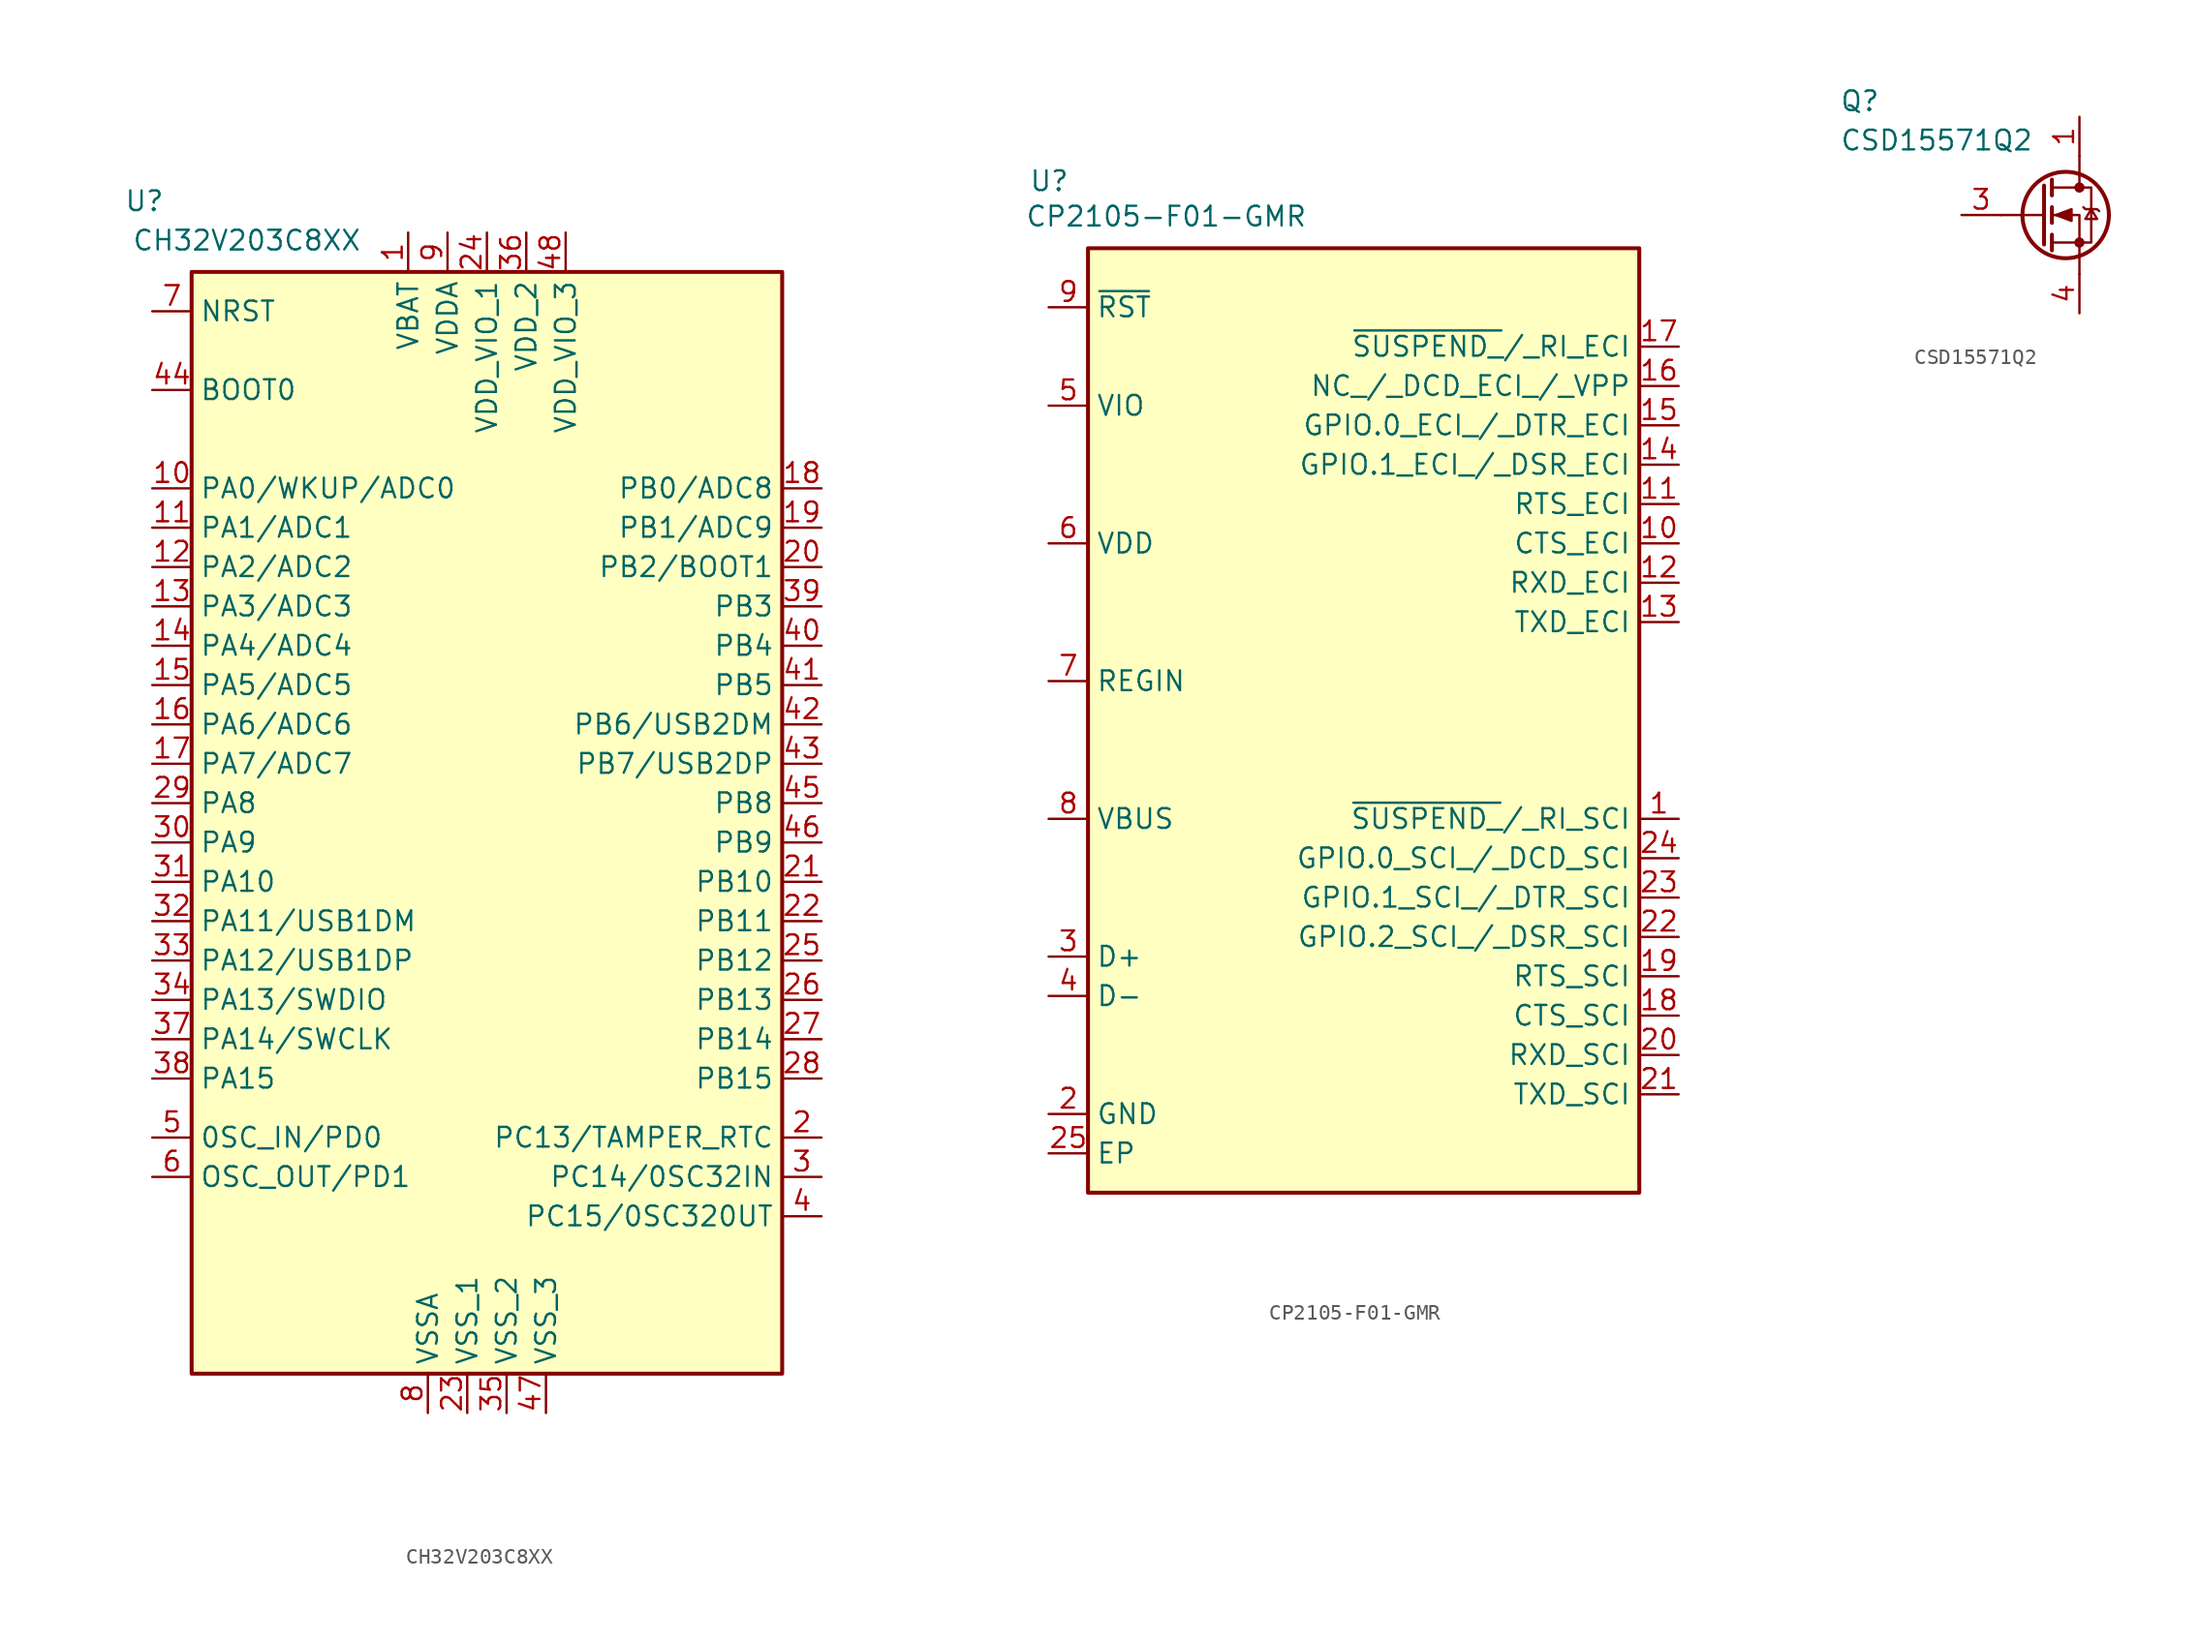
<source format=kicad_sym>
(kicad_symbol_lib
  (version 20241209)
  (generator "kicad_symbol_editor")
  (generator_version "9.0")
  (symbol "CH32V203C8XX"
    (property "Reference" "U"
      (at -22.098 43.942 0)
      (effects (font (size 1.27 1.27))))
    (property "Value" "CH32V203C8XX"
      (at -15.494 41.402 0)
      (effects (font (size 1.27 1.27))))
    (symbol "CH32V203C8XX_1_1"
      (rectangle (start -19.05 39.37) (end 19.05 -31.75) (stroke (width 0.254) (type default)) (fill (type background)))
      (pin input line (at -21.59 36.83 0) (length 2.54) (name "NRST" (effects (font (size 1.27 1.27)))) (number "7" (effects (font (size 1.27 1.27)))))
      (pin bidirectional line (at -21.59 31.75 0) (length 2.54) (name "BOOT0" (effects (font (size 1.27 1.27)))) (number "44" (effects (font (size 1.27 1.27)))))
      (pin bidirectional line (at -21.59 25.4 0) (length 2.54) (name "PA0/WKUP/ADC0" (effects (font (size 1.27 1.27)))) (number "10" (effects (font (size 1.27 1.27)))))
      (pin bidirectional line (at -21.59 22.86 0) (length 2.54) (name "PA1/ADC1" (effects (font (size 1.27 1.27)))) (number "11" (effects (font (size 1.27 1.27)))))
      (pin bidirectional line (at -21.59 20.32 0) (length 2.54) (name "PA2/ADC2" (effects (font (size 1.27 1.27)))) (number "12" (effects (font (size 1.27 1.27)))))
      (pin bidirectional line (at -21.59 17.78 0) (length 2.54) (name "PA3/ADC3" (effects (font (size 1.27 1.27)))) (number "13" (effects (font (size 1.27 1.27)))))
      (pin bidirectional line (at -21.59 15.24 0) (length 2.54) (name "PA4/ADC4" (effects (font (size 1.27 1.27)))) (number "14" (effects (font (size 1.27 1.27)))))
      (pin bidirectional line (at -21.59 12.7 0) (length 2.54) (name "PA5/ADC5" (effects (font (size 1.27 1.27)))) (number "15" (effects (font (size 1.27 1.27)))))
      (pin bidirectional line (at -21.59 10.16 0) (length 2.54) (name "PA6/ADC6" (effects (font (size 1.27 1.27)))) (number "16" (effects (font (size 1.27 1.27)))))
      (pin bidirectional line (at -21.59 7.62 0) (length 2.54) (name "PA7/ADC7" (effects (font (size 1.27 1.27)))) (number "17" (effects (font (size 1.27 1.27)))))
      (pin bidirectional line (at -21.59 5.08 0) (length 2.54) (name "PA8" (effects (font (size 1.27 1.27)))) (number "29" (effects (font (size 1.27 1.27)))))
      (pin bidirectional line (at -21.59 2.54 0) (length 2.54) (name "PA9" (effects (font (size 1.27 1.27)))) (number "30" (effects (font (size 1.27 1.27)))))
      (pin bidirectional line (at -21.59 0 0) (length 2.54) (name "PA10" (effects (font (size 1.27 1.27)))) (number "31" (effects (font (size 1.27 1.27)))))
      (pin bidirectional line (at -21.59 -2.54 0) (length 2.54) (name "PA11/USB1DM" (effects (font (size 1.27 1.27)))) (number "32" (effects (font (size 1.27 1.27)))))
      (pin bidirectional line (at -21.59 -5.08 0) (length 2.54) (name "PA12/USB1DP" (effects (font (size 1.27 1.27)))) (number "33" (effects (font (size 1.27 1.27)))))
      (pin bidirectional line (at -21.59 -7.62 0) (length 2.54) (name "PA13/SWDIO" (effects (font (size 1.27 1.27)))) (number "34" (effects (font (size 1.27 1.27)))))
      (pin bidirectional line (at -21.59 -10.16 0) (length 2.54) (name "PA14/SWCLK" (effects (font (size 1.27 1.27)))) (number "37" (effects (font (size 1.27 1.27)))))
      (pin bidirectional line (at -21.59 -12.7 0) (length 2.54) (name "PA15" (effects (font (size 1.27 1.27)))) (number "38" (effects (font (size 1.27 1.27)))))
      (pin bidirectional line (at -21.59 -16.51 0) (length 2.54) (name "0SC_IN/PD0" (effects (font (size 1.27 1.27)))) (number "5" (effects (font (size 1.27 1.27)))))
      (pin bidirectional line (at -21.59 -19.05 0) (length 2.54) (name "OSC_OUT/PD1" (effects (font (size 1.27 1.27)))) (number "6" (effects (font (size 1.27 1.27)))))
      (pin power_in line (at -5.08 41.91 270) (length 2.54) (name "VBAT" (effects (font (size 1.27 1.27)))) (number "1" (effects (font (size 1.27 1.27)))))
      (pin power_in line (at -3.81 -34.29 90) (length 2.54) (name "VSSA" (effects (font (size 1.27 1.27)))) (number "8" (effects (font (size 1.27 1.27)))))
      (pin power_in line (at -2.54 41.91 270) (length 2.54) (name "VDDA" (effects (font (size 1.27 1.27)))) (number "9" (effects (font (size 1.27 1.27)))))
      (pin power_in line (at -1.27 -34.29 90) (length 2.54) (name "VSS_1" (effects (font (size 1.27 1.27)))) (number "23" (effects (font (size 1.27 1.27)))))
      (pin power_in line (at 0 41.91 270) (length 2.54) (name "VDD_VIO_1" (effects (font (size 1.27 1.27)))) (number "24" (effects (font (size 1.27 1.27)))))
      (pin power_in line (at 1.27 -34.29 90) (length 2.54) (name "VSS_2" (effects (font (size 1.27 1.27)))) (number "35" (effects (font (size 1.27 1.27)))))
      (pin power_in line (at 2.54 41.91 270) (length 2.54) (name "VDD_2" (effects (font (size 1.27 1.27)))) (number "36" (effects (font (size 1.27 1.27)))))
      (pin power_in line (at 3.81 -34.29 90) (length 2.54) (name "VSS_3" (effects (font (size 1.27 1.27)))) (number "47" (effects (font (size 1.27 1.27)))))
      (pin power_in line (at 5.08 41.91 270) (length 2.54) (name "VDD_VIO_3" (effects (font (size 1.27 1.27)))) (number "48" (effects (font (size 1.27 1.27)))))
      (pin bidirectional line (at 21.59 25.4 180) (length 2.54) (name "PB0/ADC8" (effects (font (size 1.27 1.27)))) (number "18" (effects (font (size 1.27 1.27)))))
      (pin bidirectional line (at 21.59 22.86 180) (length 2.54) (name "PB1/ADC9" (effects (font (size 1.27 1.27)))) (number "19" (effects (font (size 1.27 1.27)))))
      (pin bidirectional line (at 21.59 20.32 180) (length 2.54) (name "PB2/BOOT1" (effects (font (size 1.27 1.27)))) (number "20" (effects (font (size 1.27 1.27)))))
      (pin bidirectional line (at 21.59 17.78 180) (length 2.54) (name "PB3" (effects (font (size 1.27 1.27)))) (number "39" (effects (font (size 1.27 1.27)))))
      (pin bidirectional line (at 21.59 15.24 180) (length 2.54) (name "PB4" (effects (font (size 1.27 1.27)))) (number "40" (effects (font (size 1.27 1.27)))))
      (pin bidirectional line (at 21.59 12.7 180) (length 2.54) (name "PB5" (effects (font (size 1.27 1.27)))) (number "41" (effects (font (size 1.27 1.27)))))
      (pin bidirectional line (at 21.59 10.16 180) (length 2.54) (name "PB6/USB2DM" (effects (font (size 1.27 1.27)))) (number "42" (effects (font (size 1.27 1.27)))))
      (pin bidirectional line (at 21.59 7.62 180) (length 2.54) (name "PB7/USB2DP" (effects (font (size 1.27 1.27)))) (number "43" (effects (font (size 1.27 1.27)))))
      (pin bidirectional line (at 21.59 5.08 180) (length 2.54) (name "PB8" (effects (font (size 1.27 1.27)))) (number "45" (effects (font (size 1.27 1.27)))))
      (pin bidirectional line (at 21.59 2.54 180) (length 2.54) (name "PB9" (effects (font (size 1.27 1.27)))) (number "46" (effects (font (size 1.27 1.27)))))
      (pin bidirectional line (at 21.59 0 180) (length 2.54) (name "PB10" (effects (font (size 1.27 1.27)))) (number "21" (effects (font (size 1.27 1.27)))))
      (pin bidirectional line (at 21.59 -2.54 180) (length 2.54) (name "PB11" (effects (font (size 1.27 1.27)))) (number "22" (effects (font (size 1.27 1.27)))))
      (pin bidirectional line (at 21.59 -5.08 180) (length 2.54) (name "PB12" (effects (font (size 1.27 1.27)))) (number "25" (effects (font (size 1.27 1.27)))))
      (pin bidirectional line (at 21.59 -7.62 180) (length 2.54) (name "PB13" (effects (font (size 1.27 1.27)))) (number "26" (effects (font (size 1.27 1.27)))))
      (pin bidirectional line (at 21.59 -10.16 180) (length 2.54) (name "PB14" (effects (font (size 1.27 1.27)))) (number "27" (effects (font (size 1.27 1.27)))))
      (pin bidirectional line (at 21.59 -12.7 180) (length 2.54) (name "PB15" (effects (font (size 1.27 1.27)))) (number "28" (effects (font (size 1.27 1.27)))))
      (pin bidirectional line (at 21.59 -16.51 180) (length 2.54) (name "PC13/TAMPER_RTC" (effects (font (size 1.27 1.27)))) (number "2" (effects (font (size 1.27 1.27)))))
      (pin bidirectional line (at 21.59 -19.05 180) (length 2.54) (name "PC14/0SC32IN" (effects (font (size 1.27 1.27)))) (number "3" (effects (font (size 1.27 1.27)))))
      (pin bidirectional line (at 21.59 -21.59 180) (length 2.54) (name "PC15/0SC320UT" (effects (font (size 1.27 1.27)))) (number "4" (effects (font (size 1.27 1.27)))))))
  (symbol "CP2105-F01-GMR"
    (property "Reference" "U"
      (at -21.59 44.45 0)
      (effects (font (size 1.27 1.27)) (justify left top)))
    (property "Value" "CP2105-F01-GMR"
      (at -21.844 42.164 0)
      (effects (font (size 1.27 1.27)) (justify left top)))
    (symbol "CP2105-F01-GMR_1_1"
      (rectangle (start -17.78 39.37) (end 17.78 -21.59) (stroke (width 0.254) (type default)) (fill (type background)))
      (pin passive line (at -20.32 35.56 0) (length 2.54) (name "~{RST}" (effects (font (size 1.27 1.27)))) (number "9" (effects (font (size 1.27 1.27)))))
      (pin passive line (at -20.32 29.21 0) (length 2.54) (name "VIO" (effects (font (size 1.27 1.27)))) (number "5" (effects (font (size 1.27 1.27)))))
      (pin passive line (at -20.32 20.32 0) (length 2.54) (name "VDD" (effects (font (size 1.27 1.27)))) (number "6" (effects (font (size 1.27 1.27)))))
      (pin passive line (at -20.32 11.43 0) (length 2.54) (name "REGIN" (effects (font (size 1.27 1.27)))) (number "7" (effects (font (size 1.27 1.27)))))
      (pin passive line (at -20.32 2.54 0) (length 2.54) (name "VBUS" (effects (font (size 1.27 1.27)))) (number "8" (effects (font (size 1.27 1.27)))))
      (pin passive line (at -20.32 -6.35 0) (length 2.54) (name "D+" (effects (font (size 1.27 1.27)))) (number "3" (effects (font (size 1.27 1.27)))))
      (pin passive line (at -20.32 -8.89 0) (length 2.54) (name "D-" (effects (font (size 1.27 1.27)))) (number "4" (effects (font (size 1.27 1.27)))))
      (pin passive line (at -20.32 -16.51 0) (length 2.54) (name "GND" (effects (font (size 1.27 1.27)))) (number "2" (effects (font (size 1.27 1.27)))))
      (pin passive line (at -20.32 -19.05 0) (length 2.54) (name "EP" (effects (font (size 1.27 1.27)))) (number "25" (effects (font (size 1.27 1.27)))))
      (pin passive line (at 20.32 33.02 180) (length 2.54) (name "~{SUSPEND_}/_RI_ECI" (effects (font (size 1.27 1.27)))) (number "17" (effects (font (size 1.27 1.27)))))
      (pin passive line (at 20.32 30.48 180) (length 2.54) (name "NC_/_DCD_ECI_/_VPP" (effects (font (size 1.27 1.27)))) (number "16" (effects (font (size 1.27 1.27)))))
      (pin passive line (at 20.32 27.94 180) (length 2.54) (name "GPIO.0_ECI_/_DTR_ECI" (effects (font (size 1.27 1.27)))) (number "15" (effects (font (size 1.27 1.27)))))
      (pin passive line (at 20.32 25.4 180) (length 2.54) (name "GPIO.1_ECI_/_DSR_ECI" (effects (font (size 1.27 1.27)))) (number "14" (effects (font (size 1.27 1.27)))))
      (pin passive line (at 20.32 22.86 180) (length 2.54) (name "RTS_ECI" (effects (font (size 1.27 1.27)))) (number "11" (effects (font (size 1.27 1.27)))))
      (pin passive line (at 20.32 20.32 180) (length 2.54) (name "CTS_ECI" (effects (font (size 1.27 1.27)))) (number "10" (effects (font (size 1.27 1.27)))))
      (pin passive line (at 20.32 17.78 180) (length 2.54) (name "RXD_ECI" (effects (font (size 1.27 1.27)))) (number "12" (effects (font (size 1.27 1.27)))))
      (pin passive line (at 20.32 15.24 180) (length 2.54) (name "TXD_ECI" (effects (font (size 1.27 1.27)))) (number "13" (effects (font (size 1.27 1.27)))))
      (pin passive line (at 20.32 2.54 180) (length 2.54) (name "~{SUSPEND_}/_RI_SCI" (effects (font (size 1.27 1.27)))) (number "1" (effects (font (size 1.27 1.27)))))
      (pin passive line (at 20.32 0 180) (length 2.54) (name "GPIO.0_SCI_/_DCD_SCI" (effects (font (size 1.27 1.27)))) (number "24" (effects (font (size 1.27 1.27)))))
      (pin passive line (at 20.32 -2.54 180) (length 2.54) (name "GPIO.1_SCI_/_DTR_SCI" (effects (font (size 1.27 1.27)))) (number "23" (effects (font (size 1.27 1.27)))))
      (pin passive line (at 20.32 -5.08 180) (length 2.54) (name "GPIO.2_SCI_/_DSR_SCI" (effects (font (size 1.27 1.27)))) (number "22" (effects (font (size 1.27 1.27)))))
      (pin passive line (at 20.32 -7.62 180) (length 2.54) (name "RTS_SCI" (effects (font (size 1.27 1.27)))) (number "19" (effects (font (size 1.27 1.27)))))
      (pin passive line (at 20.32 -10.16 180) (length 2.54) (name "CTS_SCI" (effects (font (size 1.27 1.27)))) (number "18" (effects (font (size 1.27 1.27)))))
      (pin passive line (at 20.32 -12.7 180) (length 2.54) (name "RXD_SCI" (effects (font (size 1.27 1.27)))) (number "20" (effects (font (size 1.27 1.27)))))
      (pin passive line (at 20.32 -15.24 180) (length 2.54) (name "TXD_SCI" (effects (font (size 1.27 1.27)))) (number "21" (effects (font (size 1.27 1.27)))))))
  (symbol "CSD15571Q2"
    (pin_names
      (offset 0)
      (hide yes))
    (property "Reference" "Q"
      (at -15.494 7.366 0)
      (effects (font (size 1.27 1.27)) (justify left)))
    (property "Value" "CSD15571Q2"
      (at -15.494 4.826 0)
      (effects (font (size 1.27 1.27)) (justify left)))
    (symbol "CSD15571Q2_0_1"
      (polyline (pts (xy -2.286 1.905) (xy -2.286 -1.905)) (stroke (width 0.254) (type default)) (fill (type none)))
      (polyline (pts (xy -2.286 0) (xy -5.08 0)) (stroke (width 0) (type default)) (fill (type none)))
      (polyline (pts (xy -1.778 2.286) (xy -1.778 1.27)) (stroke (width 0.254) (type default)) (fill (type none)))
      (polyline (pts (xy -1.778 0.508) (xy -1.778 -0.508)) (stroke (width 0.254) (type default)) (fill (type none)))
      (polyline (pts (xy -1.778 -1.27) (xy -1.778 -2.286)) (stroke (width 0.254) (type default)) (fill (type none)))
      (polyline (pts (xy -1.778 -1.778) (xy 0.762 -1.778) (xy 0.762 1.778) (xy -1.778 1.778)) (stroke (width 0) (type default)) (fill (type none)))
      (polyline (pts (xy -1.524 0) (xy -0.508 0.381) (xy -0.508 -0.381) (xy -1.524 0)) (stroke (width 0) (type default)) (fill (type outline)))
      (circle (center -0.889 0) (radius 2.794) (stroke (width 0.254) (type default)) (fill (type none)))
      (polyline (pts (xy 0 2.54) (xy 0 3.81)) (stroke (width 0) (type default)) (fill (type none)))
      (polyline (pts (xy 0 2.54) (xy 0 1.778)) (stroke (width 0) (type default)) (fill (type none)))
      (circle (center 0 1.778) (radius 0.254) (stroke (width 0) (type default)) (fill (type outline)))
      (circle (center 0 -1.778) (radius 0.254) (stroke (width 0) (type default)) (fill (type outline)))
      (polyline (pts (xy 0 -2.54) (xy 0 0) (xy -1.778 0)) (stroke (width 0) (type default)) (fill (type none)))
      (polyline (pts (xy 0 -3.81) (xy 0 -2.54)) (stroke (width 0) (type default)) (fill (type none)))
      (polyline (pts (xy 0.254 0.508) (xy 0.381 0.381) (xy 1.143 0.381) (xy 1.27 0.254)) (stroke (width 0) (type default)) (fill (type none)))
      (polyline (pts (xy 0.762 0.381) (xy 0.381 -0.254) (xy 1.143 -0.254) (xy 0.762 0.381)) (stroke (width 0) (type default)) (fill (type none))))
    (symbol "CSD15571Q2_1_1"
      (pin passive line (at -7.62 0 0) (length 2.54) (name "G" (effects (font (size 1.27 1.27)))) (number "3" (effects (font (size 1.27 1.27)))))
      (pin passive line (at -7.62 0 0) (length 2.54) (hide yes) (name "S" (effects (font (size 1.27 1.27)))) (number "4" (effects (font (size 1.27 1.27)))))
      (pin passive line (at -7.62 0 0) (length 2.54) (hide yes) (name "S" (effects (font (size 1.27 1.27)))) (number "7" (effects (font (size 1.27 1.27)))))
      (pin passive line (at 0 6.35 270) (length 2.54) (name "D" (effects (font (size 1.27 1.27)))) (number "1" (effects (font (size 1.27 1.27)))))
      (pin passive line (at 0 6.35 270) (length 2.54) (hide yes) (name "D" (effects (font (size 1.27 1.27)))) (number "2" (effects (font (size 1.27 1.27)))))
      (pin passive line (at 0 6.35 270) (length 2.54) (hide yes) (name "D" (effects (font (size 1.27 1.27)))) (number "5" (effects (font (size 1.27 1.27)))))
      (pin passive line (at 0 6.35 270) (length 2.54) (hide yes) (name "D" (effects (font (size 1.27 1.27)))) (number "6" (effects (font (size 1.27 1.27)))))
      (pin passive line (at 0 6.35 270) (length 2.54) (hide yes) (name "D" (effects (font (size 1.27 1.27)))) (number "8" (effects (font (size 1.27 1.27)))))
      (pin passive line (at 0 -6.35 90) (length 2.54) (name "S" (effects (font (size 1.27 1.27)))) (number "4" (effects (font (size 1.27 1.27)))))
      (pin passive line (at 0 -6.35 90) (length 2.54) (hide yes) (name "S" (effects (font (size 1.27 1.27)))) (number "7" (effects (font (size 1.27 1.27))))))))
</source>
